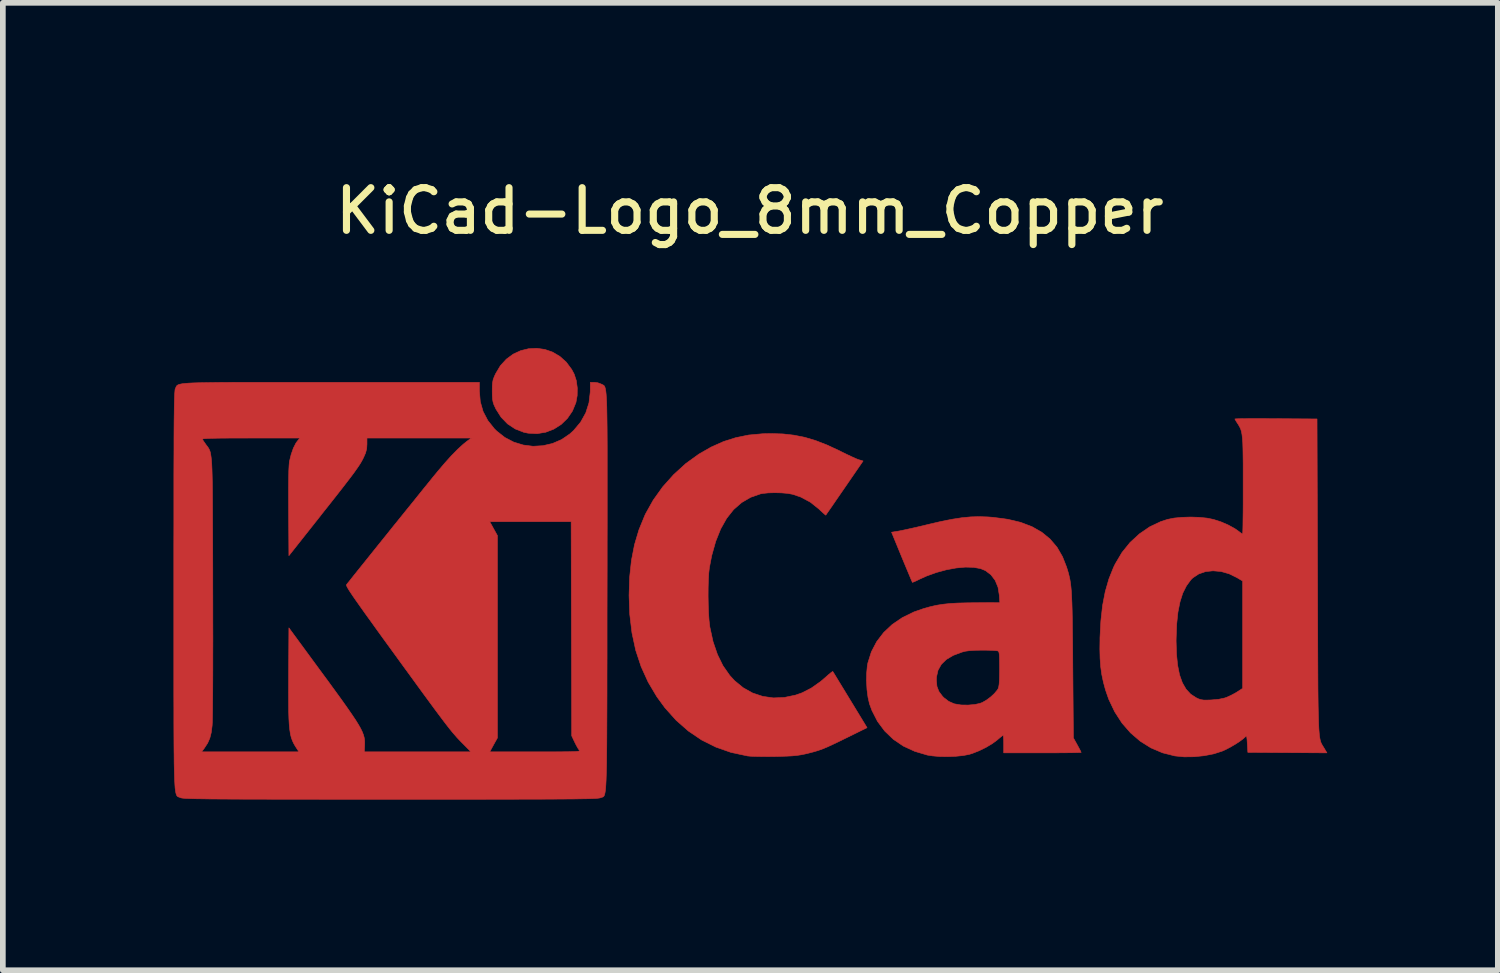
<source format=kicad_pcb>
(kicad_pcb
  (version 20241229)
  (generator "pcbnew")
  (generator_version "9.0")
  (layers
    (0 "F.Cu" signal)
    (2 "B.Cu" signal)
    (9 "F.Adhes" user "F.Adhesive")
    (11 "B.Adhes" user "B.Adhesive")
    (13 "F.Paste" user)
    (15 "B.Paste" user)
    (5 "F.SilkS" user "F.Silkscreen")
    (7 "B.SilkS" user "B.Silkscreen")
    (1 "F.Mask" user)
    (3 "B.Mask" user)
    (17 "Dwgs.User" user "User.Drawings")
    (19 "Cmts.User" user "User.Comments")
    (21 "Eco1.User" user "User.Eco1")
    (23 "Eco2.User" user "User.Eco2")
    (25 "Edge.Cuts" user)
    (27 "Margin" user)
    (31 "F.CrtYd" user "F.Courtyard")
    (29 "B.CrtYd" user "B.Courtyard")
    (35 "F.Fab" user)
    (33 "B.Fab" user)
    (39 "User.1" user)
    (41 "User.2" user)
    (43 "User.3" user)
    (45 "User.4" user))
  (footprint "KiCad-Logo_8mm_Copper"
    (layer "F.Cu")
    (at 10.129 7.008)
    (property "Reference" "KiCad-Logo_8mm_Copper" (at 0 -6.35 0) (layer "F.SilkS") (effects (font (size 0.75 0.75) (thickness 0.125))))
    (attr exclude_from_pos_files exclude_from_bom allow_missing_courtyard)
    (fp_poly (pts (xy -3.602 -3.916) (xy -3.466 -3.869) (xy -3.339 -3.794) (xy -3.226 -3.693) (xy -3.13 -3.564) (xy -3.087 -3.483) (xy -3.05 -3.37) (xy -3.032 -3.239) (xy -3.034 -3.105) (xy -3.056 -2.983) (xy -3.117 -2.834) (xy -3.205 -2.705) (xy -3.315 -2.598) (xy -3.444 -2.516) (xy -3.587 -2.461) (xy -3.739 -2.436) (xy -3.896 -2.444) (xy -3.973 -2.46) (xy -4.124 -2.519) (xy -4.258 -2.608) (xy -4.372 -2.726) (xy -4.463 -2.869) (xy -4.47 -2.885) (xy -4.497 -2.943) (xy -4.513 -2.993) (xy -4.522 -3.045) (xy -4.526 -3.111) (xy -4.527 -3.184) (xy -4.526 -3.271) (xy -4.521 -3.334) (xy -4.511 -3.385) (xy -4.492 -3.436) (xy -4.469 -3.487) (xy -4.384 -3.63) (xy -4.279 -3.745) (xy -4.158 -3.834) (xy -4.026 -3.895) (xy -3.886 -3.929) (xy -3.744 -3.936) (xy -3.602 -3.916)) (stroke (width 0.01) (type solid)) (fill yes) (layer "F.Cu"))
    (fp_poly (pts (xy 0.581 -2.431) (xy 0.777 -2.409) (xy 0.967 -2.371) (xy 1.158 -2.314) (xy 1.358 -2.236) (xy 1.576 -2.135) (xy 1.615 -2.115) (xy 1.705 -2.071) (xy 1.79 -2.031) (xy 1.861 -1.999) (xy 1.91 -1.979) (xy 1.918 -1.977) (xy 1.991 -1.955) (xy 1.665 -1.481) (xy 1.585 -1.365) (xy 1.512 -1.259) (xy 1.449 -1.167) (xy 1.397 -1.092) (xy 1.359 -1.038) (xy 1.339 -1.008) (xy 1.335 -1.003) (xy 1.322 -1.013) (xy 1.288 -1.043) (xy 1.24 -1.087) (xy 1.214 -1.112) (xy 1.065 -1.231) (xy 0.897 -1.321) (xy 0.753 -1.37) (xy 0.666 -1.386) (xy 0.558 -1.395) (xy 0.44 -1.398) (xy 0.326 -1.395) (xy 0.229 -1.385) (xy 0.19 -1.378) (xy 0.015 -1.317) (xy -0.143 -1.225) (xy -0.284 -1.102) (xy -0.407 -0.947) (xy -0.512 -0.76) (xy -0.599 -0.543) (xy -0.669 -0.294) (xy -0.71 -0.082) (xy -0.721 0.012) (xy -0.728 0.134) (xy -0.732 0.273) (xy -0.733 0.423) (xy -0.73 0.575) (xy -0.725 0.718) (xy -0.716 0.846) (xy -0.704 0.949) (xy -0.702 0.964) (xy -0.646 1.22) (xy -0.569 1.445) (xy -0.472 1.643) (xy -0.353 1.813) (xy -0.269 1.905) (xy -0.117 2.03) (xy 0.049 2.123) (xy 0.227 2.182) (xy 0.414 2.209) (xy 0.607 2.201) (xy 0.803 2.16) (xy 0.92 2.119) (xy 1.08 2.037) (xy 1.246 1.92) (xy 1.339 1.84) (xy 1.391 1.794) (xy 1.432 1.761) (xy 1.455 1.745) (xy 1.458 1.744) (xy 1.469 1.761) (xy 1.496 1.804) (xy 1.537 1.872) (xy 1.59 1.959) (xy 1.653 2.062) (xy 1.723 2.177) (xy 1.762 2.241) (xy 2.061 2.732) (xy 1.688 2.916) (xy 1.553 2.982) (xy 1.444 3.034) (xy 1.354 3.075) (xy 1.276 3.107) (xy 1.203 3.133) (xy 1.13 3.155) (xy 1.049 3.176) (xy 0.971 3.195) (xy 0.901 3.209) (xy 0.829 3.22) (xy 0.746 3.228) (xy 0.645 3.233) (xy 0.52 3.237) (xy 0.435 3.239) (xy 0.315 3.24) (xy 0.199 3.239) (xy 0.096 3.237) (xy 0.013 3.234) (xy -0.042 3.229) (xy -0.045 3.228) (xy -0.33 3.167) (xy -0.598 3.073) (xy -0.848 2.948) (xy -1.08 2.791) (xy -1.295 2.602) (xy -1.492 2.382) (xy -1.635 2.186) (xy -1.787 1.93) (xy -1.91 1.659) (xy -2.005 1.372) (xy -2.071 1.066) (xy -2.11 0.74) (xy -2.122 0.408) (xy -2.112 0.087) (xy -2.08 -0.209) (xy -2.026 -0.486) (xy -1.948 -0.747) (xy -1.845 -0.999) (xy -1.833 -1.025) (xy -1.697 -1.268) (xy -1.531 -1.5) (xy -1.338 -1.716) (xy -1.125 -1.91) (xy -0.894 -2.077) (xy -0.679 -2.2) (xy -0.462 -2.297) (xy -0.244 -2.366) (xy -0.018 -2.412) (xy 0.226 -2.434) (xy 0.372 -2.437) (xy 0.581 -2.431)) (stroke (width 0.01) (type solid)) (fill yes) (layer "F.Cu"))
    (fp_poly (pts (xy 9.042 -2.7) (xy 9.196 -2.699) (xy 9.248 -2.699) (xy 9.97 -2.694) (xy 9.979 0.073) (xy 9.98 0.448) (xy 9.981 0.788) (xy 9.982 1.096) (xy 9.983 1.373) (xy 9.984 1.621) (xy 9.985 1.841) (xy 9.986 2.036) (xy 9.988 2.206) (xy 9.99 2.354) (xy 9.993 2.482) (xy 9.996 2.592) (xy 9.999 2.684) (xy 10.003 2.761) (xy 10.008 2.825) (xy 10.013 2.877) (xy 10.02 2.92) (xy 10.027 2.954) (xy 10.035 2.982) (xy 10.044 3.005) (xy 10.055 3.026) (xy 10.066 3.045) (xy 10.079 3.066) (xy 10.093 3.089) (xy 10.096 3.093) (xy 10.144 3.175) (xy 8.754 3.166) (xy 8.745 3.013) (xy 8.74 2.94) (xy 8.735 2.898) (xy 8.728 2.881) (xy 8.717 2.884) (xy 8.709 2.894) (xy 8.67 2.929) (xy 8.608 2.975) (xy 8.531 3.025) (xy 8.447 3.074) (xy 8.365 3.117) (xy 8.302 3.145) (xy 8.155 3.192) (xy 7.986 3.225) (xy 7.808 3.243) (xy 7.633 3.245) (xy 7.474 3.229) (xy 7.472 3.229) (xy 7.254 3.174) (xy 7.05 3.087) (xy 6.863 2.97) (xy 6.693 2.824) (xy 6.542 2.651) (xy 6.414 2.453) (xy 6.309 2.232) (xy 6.252 2.068) (xy 6.215 1.931) (xy 6.187 1.799) (xy 6.168 1.663) (xy 6.157 1.514) (xy 6.153 1.347) (xy 6.155 1.209) (xy 7.493 1.209) (xy 7.5 1.439) (xy 7.52 1.637) (xy 7.554 1.805) (xy 7.603 1.943) (xy 7.668 2.055) (xy 7.748 2.142) (xy 7.842 2.204) (xy 7.89 2.227) (xy 7.932 2.24) (xy 7.979 2.247) (xy 8.042 2.247) (xy 8.11 2.245) (xy 8.243 2.233) (xy 8.349 2.21) (xy 8.382 2.198) (xy 8.458 2.164) (xy 8.538 2.121) (xy 8.572 2.1) (xy 8.663 2.041) (xy 8.663 0.155) (xy 8.563 0.095) (xy 8.424 0.027) (xy 8.282 -0.013) (xy 8.142 -0.025) (xy 8.009 -0.011) (xy 7.889 0.031) (xy 7.787 0.099) (xy 7.754 0.131) (xy 7.675 0.239) (xy 7.61 0.368) (xy 7.561 0.523) (xy 7.525 0.704) (xy 7.503 0.915) (xy 7.494 1.157) (xy 7.493 1.209) (xy 6.155 1.209) (xy 6.155 1.152) (xy 6.171 0.854) (xy 6.201 0.584) (xy 6.248 0.34) (xy 6.312 0.118) (xy 6.394 -0.087) (xy 6.424 -0.148) (xy 6.542 -0.347) (xy 6.684 -0.523) (xy 6.848 -0.674) (xy 7.029 -0.798) (xy 7.225 -0.891) (xy 7.343 -0.929) (xy 7.458 -0.952) (xy 7.597 -0.965) (xy 7.748 -0.97) (xy 7.898 -0.965) (xy 8.038 -0.951) (xy 8.15 -0.928) (xy 8.283 -0.885) (xy 8.412 -0.829) (xy 8.525 -0.767) (xy 8.585 -0.725) (xy 8.627 -0.693) (xy 8.656 -0.674) (xy 8.662 -0.671) (xy 8.664 -0.689) (xy 8.666 -0.739) (xy 8.668 -0.819) (xy 8.669 -0.924) (xy 8.671 -1.051) (xy 8.672 -1.197) (xy 8.672 -1.357) (xy 8.672 -1.521) (xy 8.672 -1.731) (xy 8.672 -1.908) (xy 8.67 -2.055) (xy 8.668 -2.176) (xy 8.665 -2.274) (xy 8.659 -2.353) (xy 8.652 -2.416) (xy 8.643 -2.467) (xy 8.631 -2.508) (xy 8.616 -2.543) (xy 8.598 -2.576) (xy 8.577 -2.61) (xy 8.574 -2.614) (xy 8.546 -2.658) (xy 8.529 -2.688) (xy 8.527 -2.694) (xy 8.545 -2.696) (xy 8.595 -2.698) (xy 8.673 -2.699) (xy 8.776 -2.7) (xy 8.9 -2.7) (xy 9.042 -2.7)) (stroke (width 0.01) (type solid)) (fill yes) (layer "F.Cu"))
    (fp_poly (pts (xy 4.186 -0.972) (xy 4.276 -0.965) (xy 4.533 -0.931) (xy 4.76 -0.877) (xy 4.96 -0.801) (xy 5.132 -0.703) (xy 5.278 -0.583) (xy 5.4 -0.44) (xy 5.497 -0.272) (xy 5.568 -0.091) (xy 5.586 -0.033) (xy 5.602 0.021) (xy 5.615 0.075) (xy 5.627 0.13) (xy 5.637 0.191) (xy 5.645 0.26) (xy 5.652 0.339) (xy 5.657 0.433) (xy 5.662 0.543) (xy 5.666 0.672) (xy 5.669 0.825) (xy 5.671 1.003) (xy 5.674 1.209) (xy 5.676 1.447) (xy 5.677 1.633) (xy 5.688 2.912) (xy 5.756 3.035) (xy 5.788 3.094) (xy 5.812 3.14) (xy 5.823 3.165) (xy 5.824 3.167) (xy 5.806 3.168) (xy 5.757 3.17) (xy 5.678 3.172) (xy 5.576 3.173) (xy 5.453 3.174) (xy 5.314 3.175) (xy 5.162 3.175) (xy 5.144 3.175) (xy 4.463 3.175) (xy 4.463 3.021) (xy 4.462 2.951) (xy 4.459 2.898) (xy 4.454 2.869) (xy 4.452 2.867) (xy 4.434 2.878) (xy 4.397 2.907) (xy 4.349 2.948) (xy 4.348 2.949) (xy 4.26 3.014) (xy 4.149 3.08) (xy 4.028 3.139) (xy 3.908 3.186) (xy 3.855 3.202) (xy 3.751 3.222) (xy 3.622 3.235) (xy 3.481 3.241) (xy 3.34 3.239) (xy 3.211 3.228) (xy 3.121 3.214) (xy 2.899 3.148) (xy 2.699 3.056) (xy 2.522 2.936) (xy 2.371 2.791) (xy 2.245 2.622) (xy 2.147 2.43) (xy 2.104 2.313) (xy 2.078 2.2) (xy 2.06 2.064) (xy 2.052 1.917) (xy 2.052 1.896) (xy 3.279 1.896) (xy 3.289 2.005) (xy 3.323 2.095) (xy 3.386 2.179) (xy 3.41 2.204) (xy 3.496 2.27) (xy 3.594 2.313) (xy 3.713 2.333) (xy 3.837 2.335) (xy 3.956 2.325) (xy 4.046 2.305) (xy 4.086 2.29) (xy 4.156 2.25) (xy 4.232 2.194) (xy 4.3 2.131) (xy 4.351 2.07) (xy 4.365 2.047) (xy 4.375 2.016) (xy 4.383 1.967) (xy 4.388 1.894) (xy 4.39 1.793) (xy 4.391 1.697) (xy 4.39 1.585) (xy 4.389 1.504) (xy 4.386 1.449) (xy 4.381 1.414) (xy 4.373 1.394) (xy 4.362 1.384) (xy 4.359 1.383) (xy 4.33 1.378) (xy 4.272 1.374) (xy 4.193 1.371) (xy 4.102 1.37) (xy 4.082 1.37) (xy 3.96 1.372) (xy 3.866 1.378) (xy 3.791 1.388) (xy 3.729 1.404) (xy 3.575 1.462) (xy 3.455 1.533) (xy 3.367 1.619) (xy 3.309 1.721) (xy 3.282 1.839) (xy 3.279 1.896) (xy 2.052 1.896) (xy 2.054 1.774) (xy 2.066 1.645) (xy 2.076 1.592) (xy 2.137 1.399) (xy 2.23 1.221) (xy 2.353 1.06) (xy 2.504 0.918) (xy 2.682 0.797) (xy 2.885 0.698) (xy 3.057 0.638) (xy 3.172 0.606) (xy 3.282 0.581) (xy 3.395 0.563) (xy 3.516 0.55) (xy 3.654 0.542) (xy 3.816 0.538) (xy 3.962 0.536) (xy 4.395 0.535) (xy 4.386 0.405) (xy 4.363 0.264) (xy 4.313 0.143) (xy 4.238 0.044) (xy 4.141 -0.029) (xy 4.056 -0.064) (xy 3.934 -0.086) (xy 3.789 -0.09) (xy 3.627 -0.075) (xy 3.455 -0.043) (xy 3.281 0.004) (xy 3.111 0.065) (xy 2.987 0.121) (xy 2.928 0.15) (xy 2.882 0.17) (xy 2.859 0.178) (xy 2.858 0.178) (xy 2.85 0.16) (xy 2.83 0.114) (xy 2.8 0.042) (xy 2.762 -0.049) (xy 2.717 -0.156) (xy 2.672 -0.265) (xy 2.492 -0.703) (xy 2.62 -0.724) (xy 2.676 -0.735) (xy 2.76 -0.753) (xy 2.864 -0.776) (xy 2.982 -0.803) (xy 3.107 -0.833) (xy 3.157 -0.845) (xy 3.372 -0.895) (xy 3.56 -0.932) (xy 3.728 -0.958) (xy 3.884 -0.973) (xy 4.034 -0.977) (xy 4.186 -0.972)) (stroke (width 0.01) (type solid)) (fill yes) (layer "F.Cu"))
    (fp_poly (pts (xy -7.87 -3.338) (xy -7.521 -3.338) (xy -7.358 -3.338) (xy -4.753 -3.338) (xy -4.753 -3.185) (xy -4.737 -2.998) (xy -4.688 -2.826) (xy -4.605 -2.667) (xy -4.488 -2.52) (xy -4.448 -2.481) (xy -4.306 -2.369) (xy -4.149 -2.287) (xy -3.982 -2.236) (xy -3.81 -2.214) (xy -3.637 -2.224) (xy -3.468 -2.263) (xy -3.308 -2.332) (xy -3.162 -2.432) (xy -3.096 -2.492) (xy -2.973 -2.639) (xy -2.883 -2.801) (xy -2.827 -2.976) (xy -2.805 -3.161) (xy -2.804 -3.18) (xy -2.803 -3.338) (xy -2.733 -3.338) (xy -2.671 -3.33) (xy -2.615 -3.309) (xy -2.611 -3.307) (xy -2.598 -3.301) (xy -2.587 -3.296) (xy -2.576 -3.29) (xy -2.566 -3.284) (xy -2.557 -3.274) (xy -2.549 -3.26) (xy -2.542 -3.239) (xy -2.536 -3.211) (xy -2.53 -3.174) (xy -2.525 -3.127) (xy -2.521 -3.067) (xy -2.517 -2.994) (xy -2.514 -2.906) (xy -2.512 -2.801) (xy -2.51 -2.678) (xy -2.508 -2.535) (xy -2.507 -2.372) (xy -2.506 -2.186) (xy -2.506 -1.976) (xy -2.506 -1.74) (xy -2.506 -1.477) (xy -2.506 -1.185) (xy -2.506 -0.864) (xy -2.507 -0.511) (xy -2.507 -0.124) (xy -2.508 0.297) (xy -2.508 0.348) (xy -2.509 0.771) (xy -2.509 1.16) (xy -2.509 1.516) (xy -2.51 1.839) (xy -2.51 2.133) (xy -2.511 2.398) (xy -2.512 2.635) (xy -2.513 2.847) (xy -2.514 3.034) (xy -2.516 3.199) (xy -2.517 3.342) (xy -2.52 3.466) (xy -2.523 3.571) (xy -2.526 3.66) (xy -2.53 3.733) (xy -2.534 3.793) (xy -2.539 3.84) (xy -2.545 3.877) (xy -2.551 3.904) (xy -2.558 3.924) (xy -2.566 3.937) (xy -2.575 3.946) (xy -2.585 3.951) (xy -2.596 3.955) (xy -2.608 3.958) (xy -2.621 3.963) (xy -2.624 3.964) (xy -2.634 3.967) (xy -2.651 3.97) (xy -2.676 3.973) (xy -2.71 3.976) (xy -2.756 3.978) (xy -2.814 3.98) (xy -2.886 3.982) (xy -2.973 3.983) (xy -3.078 3.985) (xy -3.201 3.986) (xy -3.343 3.987) (xy -3.507 3.988) (xy -3.694 3.989) (xy -3.905 3.989) (xy -4.141 3.99) (xy -4.405 3.99) (xy -4.697 3.991) (xy -5.019 3.991) (xy -5.373 3.991) (xy -5.759 3.991) (xy -6.18 3.991) (xy -6.316 3.991) (xy -6.747 3.991) (xy -7.142 3.991) (xy -7.504 3.991) (xy -7.835 3.99) (xy -8.134 3.99) (xy -8.405 3.99) (xy -8.649 3.989) (xy -8.866 3.989) (xy -9.059 3.988) (xy -9.229 3.987) (xy -9.378 3.986) (xy -9.506 3.985) (xy -9.616 3.983) (xy -9.709 3.982) (xy -9.786 3.98) (xy -9.848 3.978) (xy -9.899 3.976) (xy -9.937 3.974) (xy -9.967 3.971) (xy -9.987 3.968) (xy -10.001 3.965) (xy -10.009 3.962) (xy -10.023 3.956) (xy -10.035 3.952) (xy -10.046 3.948) (xy -10.057 3.942) (xy -10.066 3.934) (xy -10.075 3.92) (xy -10.082 3.901) (xy -10.089 3.874) (xy -10.095 3.839) (xy -10.101 3.793) (xy -10.105 3.734) (xy -10.109 3.663) (xy -10.112 3.576) (xy -10.115 3.473) (xy -10.118 3.352) (xy -10.119 3.211) (xy -10.12 3.157) (xy -9.636 3.157) (xy -7.924 3.157) (xy -7.957 3.107) (xy -7.99 3.056) (xy -8.018 3.007) (xy -8.041 2.957) (xy -8.06 2.903) (xy -8.075 2.841) (xy -8.086 2.768) (xy -8.095 2.68) (xy -8.101 2.574) (xy -8.105 2.447) (xy -8.106 2.294) (xy -8.107 2.114) (xy -8.106 1.902) (xy -8.106 1.823) (xy -8.101 0.978) (xy -7.566 1.707) (xy -7.414 1.913) (xy -7.283 2.093) (xy -7.17 2.249) (xy -7.075 2.383) (xy -6.996 2.497) (xy -6.931 2.594) (xy -6.88 2.676) (xy -6.84 2.746) (xy -6.811 2.806) (xy -6.791 2.858) (xy -6.778 2.905) (xy -6.771 2.949) (xy -6.769 2.992) (xy -6.77 3.038) (xy -6.77 3.043) (xy -6.776 3.157) (xy -4.901 3.157) (xy -5.04 3.016) (xy -5.078 2.978) (xy -5.114 2.94) (xy -5.15 2.902) (xy -5.186 2.86) (xy -5.226 2.814) (xy -5.27 2.76) (xy -5.32 2.696) (xy -5.377 2.622) (xy -5.443 2.534) (xy -5.521 2.43) (xy -5.61 2.309) (xy -5.713 2.169) (xy -5.832 2.006) (xy -5.967 1.82) (xy -6.121 1.609) (xy -6.247 1.435) (xy -6.406 1.217) (xy -6.544 1.026) (xy -6.663 0.86) (xy -6.765 0.719) (xy -6.85 0.599) (xy -6.92 0.5) (xy -6.976 0.419) (xy -7.019 0.355) (xy -7.051 0.305) (xy -7.072 0.269) (xy -7.085 0.243) (xy -7.09 0.227) (xy -7.088 0.218) (xy -7.071 0.196) (xy -7.032 0.148) (xy -6.976 0.077) (xy -6.904 -0.013) (xy -6.818 -0.12) (xy -6.721 -0.241) (xy -6.615 -0.373) (xy -6.502 -0.514) (xy -6.385 -0.659) (xy -6.266 -0.808) (xy -6.2 -0.889) (xy -4.571 -0.889) (xy -4.504 -0.767) (xy -4.436 -0.644) (xy -4.436 2.912) (xy -4.504 3.034) (xy -4.571 3.157) (xy -3.771 3.157) (xy -3.579 3.157) (xy -3.422 3.157) (xy -3.294 3.156) (xy -3.193 3.155) (xy -3.117 3.153) (xy -3.062 3.151) (xy -3.025 3.148) (xy -3.004 3.144) (xy -2.994 3.139) (xy -2.993 3.132) (xy -2.999 3.125) (xy -2.999 3.125) (xy -3.022 3.092) (xy -3.052 3.038) (xy -3.079 2.984) (xy -3.13 2.876) (xy -3.135 0.993) (xy -3.14 -0.889) (xy -4.571 -0.889) (xy -6.2 -0.889) (xy -6.147 -0.955) (xy -6.03 -1.1) (xy -5.918 -1.238) (xy -5.814 -1.368) (xy -5.719 -1.486) (xy -5.635 -1.589) (xy -5.566 -1.675) (xy -5.512 -1.74) (xy -5.481 -1.778) (xy -5.36 -1.92) (xy -5.244 -2.049) (xy -5.136 -2.159) (xy -5.04 -2.247) (xy -4.973 -2.301) (xy -4.893 -2.359) (xy -6.729 -2.359) (xy -6.729 -2.251) (xy -6.734 -2.172) (xy -6.753 -2.098) (xy -6.783 -2.029) (xy -6.802 -1.989) (xy -6.823 -1.95) (xy -6.847 -1.909) (xy -6.877 -1.863) (xy -6.914 -1.81) (xy -6.959 -1.746) (xy -7.016 -1.67) (xy -7.086 -1.579) (xy -7.17 -1.47) (xy -7.271 -1.341) (xy -7.391 -1.189) (xy -7.532 -1.011) (xy -7.547 -0.991) (xy -8.101 -0.291) (xy -8.106 -1.066) (xy -8.107 -1.299) (xy -8.107 -1.495) (xy -8.105 -1.657) (xy -8.103 -1.784) (xy -8.098 -1.878) (xy -8.093 -1.938) (xy -8.091 -1.95) (xy -8.061 -2.071) (xy -8.023 -2.18) (xy -7.979 -2.267) (xy -7.953 -2.304) (xy -7.907 -2.359) (xy -8.772 -2.359) (xy -8.978 -2.358) (xy -9.15 -2.358) (xy -9.291 -2.357) (xy -9.404 -2.355) (xy -9.49 -2.353) (xy -9.553 -2.35) (xy -9.594 -2.347) (xy -9.616 -2.342) (xy -9.623 -2.337) (xy -9.622 -2.336) (xy -9.604 -2.308) (xy -9.573 -2.264) (xy -9.558 -2.242) (xy -9.541 -2.22) (xy -9.526 -2.2) (xy -9.513 -2.181) (xy -9.502 -2.16) (xy -9.491 -2.135) (xy -9.482 -2.106) (xy -9.475 -2.068) (xy -9.468 -2.022) (xy -9.462 -1.964) (xy -9.457 -1.893) (xy -9.453 -1.806) (xy -9.45 -1.703) (xy -9.447 -1.58) (xy -9.445 -1.436) (xy -9.444 -1.27) (xy -9.443 -1.078) (xy -9.442 -0.86) (xy -9.441 -0.613) (xy -9.44 -0.335) (xy -9.439 -0.024) (xy -9.439 0.261) (xy -9.438 0.579) (xy -9.438 0.883) (xy -9.437 1.17) (xy -9.438 1.439) (xy -9.438 1.687) (xy -9.439 1.913) (xy -9.44 2.114) (xy -9.442 2.289) (xy -9.443 2.436) (xy -9.445 2.553) (xy -9.447 2.638) (xy -9.45 2.689) (xy -9.45 2.694) (xy -9.466 2.818) (xy -9.491 2.917) (xy -9.529 3.003) (xy -9.585 3.089) (xy -9.591 3.098) (xy -9.636 3.157) (xy -10.12 3.157) (xy -10.121 3.049) (xy -10.122 2.865) (xy -10.123 2.657) (xy -10.123 2.423) (xy -10.124 2.162) (xy -10.124 1.873) (xy -10.124 1.554) (xy -10.124 1.203) (xy -10.124 0.82) (xy -10.124 0.401) (xy -10.124 0.318) (xy -10.124 -0.104) (xy -10.124 -0.492) (xy -10.123 -0.847) (xy -10.123 -1.169) (xy -10.123 -1.462) (xy -10.123 -1.725) (xy -10.122 -1.961) (xy -10.121 -2.172) (xy -10.121 -2.357) (xy -10.12 -2.521) (xy -10.119 -2.662) (xy -10.117 -2.784) (xy -10.116 -2.887) (xy -10.114 -2.974) (xy -10.112 -3.045) (xy -10.11 -3.102) (xy -10.108 -3.146) (xy -10.105 -3.18) (xy -10.103 -3.204) (xy -10.1 -3.22) (xy -10.096 -3.23) (xy -10.096 -3.23) (xy -10.089 -3.245) (xy -10.084 -3.258) (xy -10.077 -3.27) (xy -10.069 -3.281) (xy -10.056 -3.29) (xy -10.037 -3.299) (xy -10.011 -3.306) (xy -9.976 -3.313) (xy -9.929 -3.318) (xy -9.87 -3.323) (xy -9.796 -3.327) (xy -9.705 -3.33) (xy -9.597 -3.332) (xy -9.469 -3.334) (xy -9.319 -3.336) (xy -9.146 -3.337) (xy -8.948 -3.338) (xy -8.723 -3.338) (xy -8.47 -3.338) (xy -8.186 -3.338) (xy -7.87 -3.338)) (stroke (width 0.01) (type solid)) (fill yes) (layer "F.Cu")))
  (gr_rect
    (start -3 -3)
    (end 23.277 14.004)
    (stroke (width 0.1) (type default))
    (fill no)
    (layer "Edge.Cuts")))
</source>
